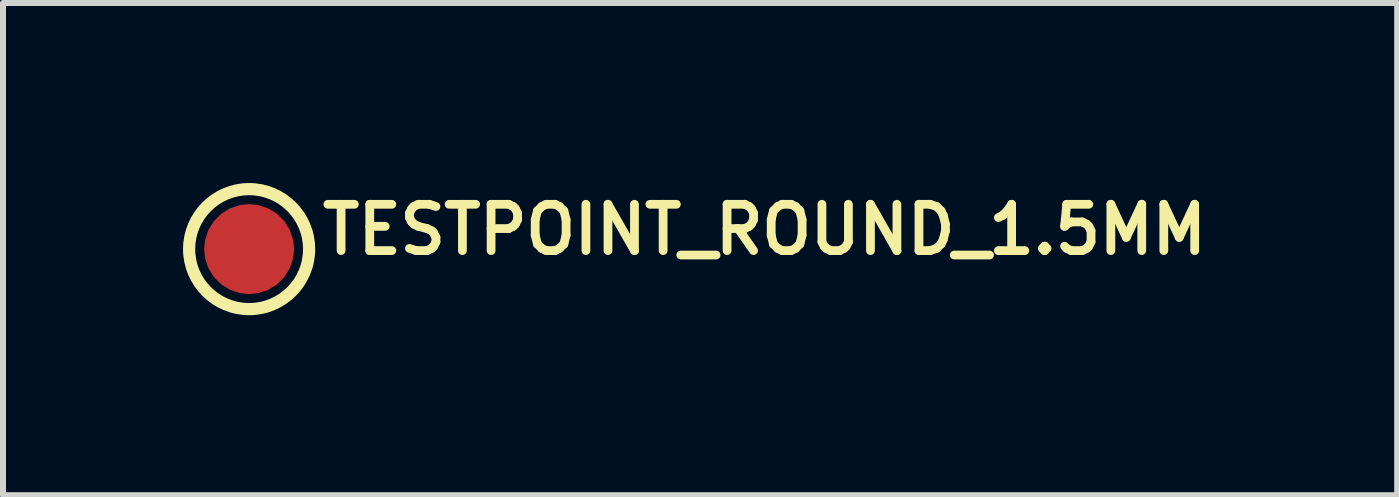
<source format=kicad_pcb>
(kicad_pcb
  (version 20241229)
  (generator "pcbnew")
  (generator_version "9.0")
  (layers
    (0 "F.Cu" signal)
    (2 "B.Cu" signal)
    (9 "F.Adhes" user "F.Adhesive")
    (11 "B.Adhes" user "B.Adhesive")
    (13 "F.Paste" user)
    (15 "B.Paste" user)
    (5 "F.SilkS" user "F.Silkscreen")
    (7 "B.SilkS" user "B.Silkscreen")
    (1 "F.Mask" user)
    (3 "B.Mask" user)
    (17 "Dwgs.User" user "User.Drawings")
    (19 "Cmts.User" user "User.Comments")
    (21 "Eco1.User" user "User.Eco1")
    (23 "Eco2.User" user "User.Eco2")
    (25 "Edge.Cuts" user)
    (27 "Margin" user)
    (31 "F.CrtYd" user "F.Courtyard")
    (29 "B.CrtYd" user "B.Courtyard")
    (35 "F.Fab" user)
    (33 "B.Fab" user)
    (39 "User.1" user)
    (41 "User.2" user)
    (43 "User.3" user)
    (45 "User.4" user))
  (footprint "TESTPOINT_ROUND_1.5MM"
    (layer "F.Cu")
    (at 1.102 1.102)
    (property "Reference" "TESTPOINT_ROUND_1.5MM" (at 1.143 0.127 0) (layer "F.SilkS") (effects (font (size 0.772 0.772) (thickness 0.146)) (justify left bottom)))
    (attr through_hole)
    (fp_circle (center 0 0) (end 1 0) (stroke (width 0.203) (type solid)) (fill no) (layer "F.SilkS"))
    (pad "P$1" smd roundrect (at 0 0) (size 1.5 1.5) (layers "F.Cu" "F.Mask") (roundrect_rratio 0.5)))
  (gr_rect
    (start -3 -3)
    (end 20.237 5.203)
    (stroke (width 0.1) (type default))
    (fill no)
    (layer "Edge.Cuts")))
</source>
